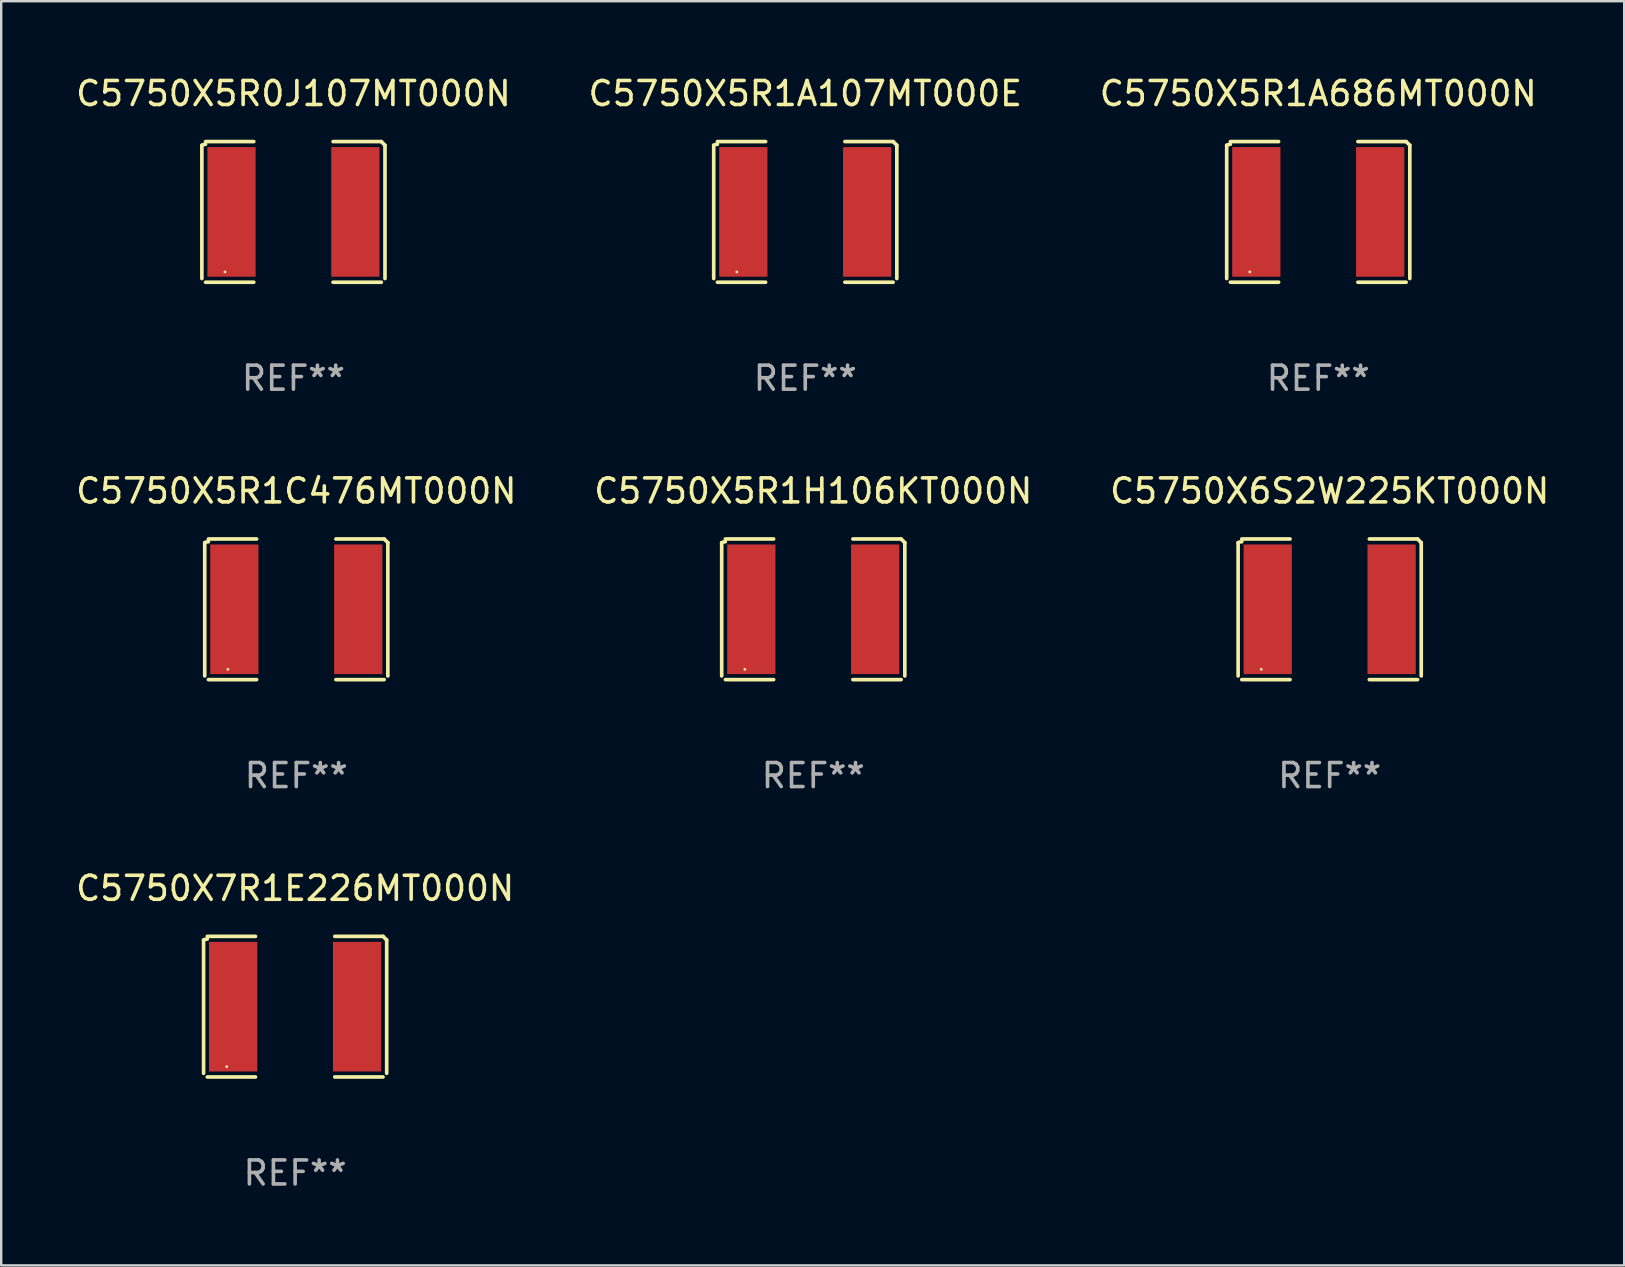
<source format=kicad_pcb>
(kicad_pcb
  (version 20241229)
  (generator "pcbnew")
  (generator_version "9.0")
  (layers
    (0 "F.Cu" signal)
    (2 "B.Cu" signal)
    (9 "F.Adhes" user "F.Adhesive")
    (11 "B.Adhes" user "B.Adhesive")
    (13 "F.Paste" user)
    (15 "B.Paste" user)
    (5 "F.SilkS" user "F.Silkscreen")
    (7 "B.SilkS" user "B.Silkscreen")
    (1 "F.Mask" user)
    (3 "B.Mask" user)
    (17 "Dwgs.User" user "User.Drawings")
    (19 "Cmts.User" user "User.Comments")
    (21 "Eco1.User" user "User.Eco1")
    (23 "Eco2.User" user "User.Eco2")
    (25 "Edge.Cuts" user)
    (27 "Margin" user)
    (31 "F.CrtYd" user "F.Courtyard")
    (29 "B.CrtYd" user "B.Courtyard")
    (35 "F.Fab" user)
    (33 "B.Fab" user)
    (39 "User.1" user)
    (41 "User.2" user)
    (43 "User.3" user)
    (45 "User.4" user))
  (footprint "C5750X7R1E226MT000N"
    (layer "F.Cu")
    (at 9.244 38.884)
    (property "Reference" "C5750X7R1E226MT000N" (at 0 -4.929 0) (layer "F.SilkS") (effects (font (size 1 1) (thickness 0.15))))
    (attr through_hole)
    (fp_line (start -3.814 2.776) (end -3.814 -2.776) (stroke (width 0.152) (type solid)) (layer "F.SilkS"))
    (fp_line (start -3.661 -2.929) (end -1.651 -2.929) (stroke (width 0.152) (type solid)) (layer "F.SilkS"))
    (fp_line (start -1.651 2.929) (end -3.661 2.929) (stroke (width 0.152) (type solid)) (layer "F.SilkS"))
    (fp_line (start 1.651 2.929) (end 3.661 2.929) (stroke (width 0.152) (type solid)) (layer "F.SilkS"))
    (fp_line (start 3.661 -2.929) (end 1.651 -2.929) (stroke (width 0.152) (type solid)) (layer "F.SilkS"))
    (fp_line (start 3.814 2.776) (end 3.814 -2.776) (stroke (width 0.152) (type solid)) (layer "F.SilkS"))
    (fp_arc (start -3.813614 -2.7762) (mid -3.739925 -2.805625) (end -3.661214 -2.815646) (stroke (width 0.1524) (type solid)) (layer "F.SilkS"))
    (fp_arc (start 3.661214 -2.9286) (mid 3.737425 -2.852411) (end 3.813614 -2.7762) (stroke (width 0.1524) (type solid)) (layer "F.SilkS"))
    (fp_circle (center -2.85 2.5) (end -2.82 2.5) (stroke (width 0.06) (type solid)) (fill no) (layer "F.SilkS"))
    (fp_text user "REF**" (at 0 6.929 0) (layer "F.Fab") (effects (font (size 1 1) (thickness 0.15))))
    (pad "1" smd rect (at -2.58 0) (size 2.01 5.4) (layers "F.Cu" "F.Mask" "F.Paste"))
    (pad "2" smd rect (at 2.58 0) (size 2.01 5.4) (layers "F.Cu" "F.Mask" "F.Paste")))
  (footprint "C5750X5R1H106KT000N"
    (layer "F.Cu")
    (at 30.827 22.331)
    (property "Reference" "C5750X5R1H106KT000N" (at 0 -4.929 0) (layer "F.SilkS") (effects (font (size 1 1) (thickness 0.15))))
    (attr through_hole)
    (fp_line (start -3.814 2.776) (end -3.814 -2.776) (stroke (width 0.152) (type solid)) (layer "F.SilkS"))
    (fp_line (start -3.661 -2.929) (end -1.651 -2.929) (stroke (width 0.152) (type solid)) (layer "F.SilkS"))
    (fp_line (start -1.651 2.929) (end -3.661 2.929) (stroke (width 0.152) (type solid)) (layer "F.SilkS"))
    (fp_line (start 1.651 2.929) (end 3.661 2.929) (stroke (width 0.152) (type solid)) (layer "F.SilkS"))
    (fp_line (start 3.661 -2.929) (end 1.651 -2.929) (stroke (width 0.152) (type solid)) (layer "F.SilkS"))
    (fp_line (start 3.814 2.776) (end 3.814 -2.776) (stroke (width 0.152) (type solid)) (layer "F.SilkS"))
    (fp_arc (start -3.813614 -2.7762) (mid -3.739925 -2.805625) (end -3.661214 -2.815646) (stroke (width 0.1524) (type solid)) (layer "F.SilkS"))
    (fp_arc (start 3.661214 -2.9286) (mid 3.737425 -2.852411) (end 3.813614 -2.7762) (stroke (width 0.1524) (type solid)) (layer "F.SilkS"))
    (fp_circle (center -2.85 2.5) (end -2.82 2.5) (stroke (width 0.06) (type solid)) (fill no) (layer "F.SilkS"))
    (fp_text user "REF**" (at 0 6.929 0) (layer "F.Fab") (effects (font (size 1 1) (thickness 0.15))))
    (pad "1" smd rect (at -2.58 0) (size 2.01 5.4) (layers "F.Cu" "F.Mask" "F.Paste"))
    (pad "2" smd rect (at 2.58 0) (size 2.01 5.4) (layers "F.Cu" "F.Mask" "F.Paste")))
  (footprint "C5750X5R1A686MT000N"
    (layer "F.Cu")
    (at 51.863 5.777)
    (property "Reference" "C5750X5R1A686MT000N" (at 0 -4.929 0) (layer "F.SilkS") (effects (font (size 1 1) (thickness 0.15))))
    (attr through_hole)
    (fp_line (start -3.814 2.776) (end -3.814 -2.776) (stroke (width 0.152) (type solid)) (layer "F.SilkS"))
    (fp_line (start -3.661 -2.929) (end -1.651 -2.929) (stroke (width 0.152) (type solid)) (layer "F.SilkS"))
    (fp_line (start -1.651 2.929) (end -3.661 2.929) (stroke (width 0.152) (type solid)) (layer "F.SilkS"))
    (fp_line (start 1.651 2.929) (end 3.661 2.929) (stroke (width 0.152) (type solid)) (layer "F.SilkS"))
    (fp_line (start 3.661 -2.929) (end 1.651 -2.929) (stroke (width 0.152) (type solid)) (layer "F.SilkS"))
    (fp_line (start 3.814 2.776) (end 3.814 -2.776) (stroke (width 0.152) (type solid)) (layer "F.SilkS"))
    (fp_arc (start -3.813614 -2.7762) (mid -3.739925 -2.805625) (end -3.661214 -2.815646) (stroke (width 0.1524) (type solid)) (layer "F.SilkS"))
    (fp_arc (start 3.661214 -2.9286) (mid 3.737425 -2.852411) (end 3.813614 -2.7762) (stroke (width 0.1524) (type solid)) (layer "F.SilkS"))
    (fp_circle (center -2.85 2.5) (end -2.82 2.5) (stroke (width 0.06) (type solid)) (fill no) (layer "F.SilkS"))
    (fp_text user "REF**" (at 0 6.929 0) (layer "F.Fab") (effects (font (size 1 1) (thickness 0.15))))
    (pad "1" smd rect (at -2.58 0) (size 2.01 5.4) (layers "F.Cu" "F.Mask" "F.Paste"))
    (pad "2" smd rect (at 2.58 0) (size 2.01 5.4) (layers "F.Cu" "F.Mask" "F.Paste")))
  (footprint "C5750X5R1C476MT000N"
    (layer "F.Cu")
    (at 9.292 22.331)
    (property "Reference" "C5750X5R1C476MT000N" (at 0 -4.929 0) (layer "F.SilkS") (effects (font (size 1 1) (thickness 0.15))))
    (attr through_hole)
    (fp_line (start -3.814 2.776) (end -3.814 -2.776) (stroke (width 0.152) (type solid)) (layer "F.SilkS"))
    (fp_line (start -3.661 -2.929) (end -1.651 -2.929) (stroke (width 0.152) (type solid)) (layer "F.SilkS"))
    (fp_line (start -1.651 2.929) (end -3.661 2.929) (stroke (width 0.152) (type solid)) (layer "F.SilkS"))
    (fp_line (start 1.651 2.929) (end 3.661 2.929) (stroke (width 0.152) (type solid)) (layer "F.SilkS"))
    (fp_line (start 3.661 -2.929) (end 1.651 -2.929) (stroke (width 0.152) (type solid)) (layer "F.SilkS"))
    (fp_line (start 3.814 2.776) (end 3.814 -2.776) (stroke (width 0.152) (type solid)) (layer "F.SilkS"))
    (fp_arc (start -3.813614 -2.7762) (mid -3.739925 -2.805625) (end -3.661214 -2.815646) (stroke (width 0.1524) (type solid)) (layer "F.SilkS"))
    (fp_arc (start 3.661214 -2.9286) (mid 3.737425 -2.852411) (end 3.813614 -2.7762) (stroke (width 0.1524) (type solid)) (layer "F.SilkS"))
    (fp_circle (center -2.85 2.5) (end -2.82 2.5) (stroke (width 0.06) (type solid)) (fill no) (layer "F.SilkS"))
    (fp_text user "REF**" (at 0 6.929 0) (layer "F.Fab") (effects (font (size 1 1) (thickness 0.15))))
    (pad "1" smd rect (at -2.58 0) (size 2.01 5.4) (layers "F.Cu" "F.Mask" "F.Paste"))
    (pad "2" smd rect (at 2.58 0) (size 2.01 5.4) (layers "F.Cu" "F.Mask" "F.Paste")))
  (footprint "C5750X5R1A107MT000E"
    (layer "F.Cu")
    (at 30.494 5.777)
    (property "Reference" "C5750X5R1A107MT000E" (at 0 -4.929 0) (layer "F.SilkS") (effects (font (size 1 1) (thickness 0.15))))
    (attr through_hole)
    (fp_line (start -3.814 2.776) (end -3.814 -2.776) (stroke (width 0.152) (type solid)) (layer "F.SilkS"))
    (fp_line (start -3.661 -2.929) (end -1.651 -2.929) (stroke (width 0.152) (type solid)) (layer "F.SilkS"))
    (fp_line (start -1.651 2.929) (end -3.661 2.929) (stroke (width 0.152) (type solid)) (layer "F.SilkS"))
    (fp_line (start 1.651 2.929) (end 3.661 2.929) (stroke (width 0.152) (type solid)) (layer "F.SilkS"))
    (fp_line (start 3.661 -2.929) (end 1.651 -2.929) (stroke (width 0.152) (type solid)) (layer "F.SilkS"))
    (fp_line (start 3.814 2.776) (end 3.814 -2.776) (stroke (width 0.152) (type solid)) (layer "F.SilkS"))
    (fp_arc (start -3.813614 -2.7762) (mid -3.739925 -2.805625) (end -3.661214 -2.815646) (stroke (width 0.1524) (type solid)) (layer "F.SilkS"))
    (fp_arc (start 3.661214 -2.9286) (mid 3.737425 -2.852411) (end 3.813614 -2.7762) (stroke (width 0.1524) (type solid)) (layer "F.SilkS"))
    (fp_circle (center -2.85 2.5) (end -2.82 2.5) (stroke (width 0.06) (type solid)) (fill no) (layer "F.SilkS"))
    (fp_text user "REF**" (at 0 6.929 0) (layer "F.Fab") (effects (font (size 1 1) (thickness 0.15))))
    (pad "1" smd rect (at -2.58 0) (size 2.01 5.4) (layers "F.Cu" "F.Mask" "F.Paste"))
    (pad "2" smd rect (at 2.58 0) (size 2.01 5.4) (layers "F.Cu" "F.Mask" "F.Paste")))
  (footprint "C5750X5R0J107MT000N"
    (layer "F.Cu")
    (at 9.173 5.777)
    (property "Reference" "C5750X5R0J107MT000N" (at 0 -4.929 0) (layer "F.SilkS") (effects (font (size 1 1) (thickness 0.15))))
    (attr through_hole)
    (fp_line (start -3.814 2.776) (end -3.814 -2.776) (stroke (width 0.152) (type solid)) (layer "F.SilkS"))
    (fp_line (start -3.661 -2.929) (end -1.651 -2.929) (stroke (width 0.152) (type solid)) (layer "F.SilkS"))
    (fp_line (start -1.651 2.929) (end -3.661 2.929) (stroke (width 0.152) (type solid)) (layer "F.SilkS"))
    (fp_line (start 1.651 2.929) (end 3.661 2.929) (stroke (width 0.152) (type solid)) (layer "F.SilkS"))
    (fp_line (start 3.661 -2.929) (end 1.651 -2.929) (stroke (width 0.152) (type solid)) (layer "F.SilkS"))
    (fp_line (start 3.814 2.776) (end 3.814 -2.776) (stroke (width 0.152) (type solid)) (layer "F.SilkS"))
    (fp_arc (start -3.813614 -2.7762) (mid -3.739925 -2.805625) (end -3.661214 -2.815646) (stroke (width 0.1524) (type solid)) (layer "F.SilkS"))
    (fp_arc (start 3.661214 -2.9286) (mid 3.737425 -2.852411) (end 3.813614 -2.7762) (stroke (width 0.1524) (type solid)) (layer "F.SilkS"))
    (fp_circle (center -2.85 2.5) (end -2.82 2.5) (stroke (width 0.06) (type solid)) (fill no) (layer "F.SilkS"))
    (fp_text user "REF**" (at 0 6.929 0) (layer "F.Fab") (effects (font (size 1 1) (thickness 0.15))))
    (pad "1" smd rect (at -2.58 0) (size 2.01 5.4) (layers "F.Cu" "F.Mask" "F.Paste"))
    (pad "2" smd rect (at 2.58 0) (size 2.01 5.4) (layers "F.Cu" "F.Mask" "F.Paste")))
  (footprint "C5750X6S2W225KT000N"
    (layer "F.Cu")
    (at 52.339 22.331)
    (property "Reference" "C5750X6S2W225KT000N" (at 0 -4.929 0) (layer "F.SilkS") (effects (font (size 1 1) (thickness 0.15))))
    (attr through_hole)
    (fp_line (start -3.814 2.776) (end -3.814 -2.776) (stroke (width 0.152) (type solid)) (layer "F.SilkS"))
    (fp_line (start -3.661 -2.929) (end -1.651 -2.929) (stroke (width 0.152) (type solid)) (layer "F.SilkS"))
    (fp_line (start -1.651 2.929) (end -3.661 2.929) (stroke (width 0.152) (type solid)) (layer "F.SilkS"))
    (fp_line (start 1.651 2.929) (end 3.661 2.929) (stroke (width 0.152) (type solid)) (layer "F.SilkS"))
    (fp_line (start 3.661 -2.929) (end 1.651 -2.929) (stroke (width 0.152) (type solid)) (layer "F.SilkS"))
    (fp_line (start 3.814 2.776) (end 3.814 -2.776) (stroke (width 0.152) (type solid)) (layer "F.SilkS"))
    (fp_arc (start -3.813614 -2.7762) (mid -3.739925 -2.805625) (end -3.661214 -2.815646) (stroke (width 0.1524) (type solid)) (layer "F.SilkS"))
    (fp_arc (start 3.661214 -2.9286) (mid 3.737425 -2.852411) (end 3.813614 -2.7762) (stroke (width 0.1524) (type solid)) (layer "F.SilkS"))
    (fp_circle (center -2.85 2.5) (end -2.82 2.5) (stroke (width 0.06) (type solid)) (fill no) (layer "F.SilkS"))
    (fp_text user "REF**" (at 0 6.929 0) (layer "F.Fab") (effects (font (size 1 1) (thickness 0.15))))
    (pad "1" smd rect (at -2.58 0) (size 2.01 5.4) (layers "F.Cu" "F.Mask" "F.Paste"))
    (pad "2" smd rect (at 2.58 0) (size 2.01 5.4) (layers "F.Cu" "F.Mask" "F.Paste")))
  (gr_rect
    (start -3 -3)
    (end 64.607 49.661)
    (stroke (width 0.1) (type default))
    (fill no)
    (layer "Edge.Cuts")))
</source>
